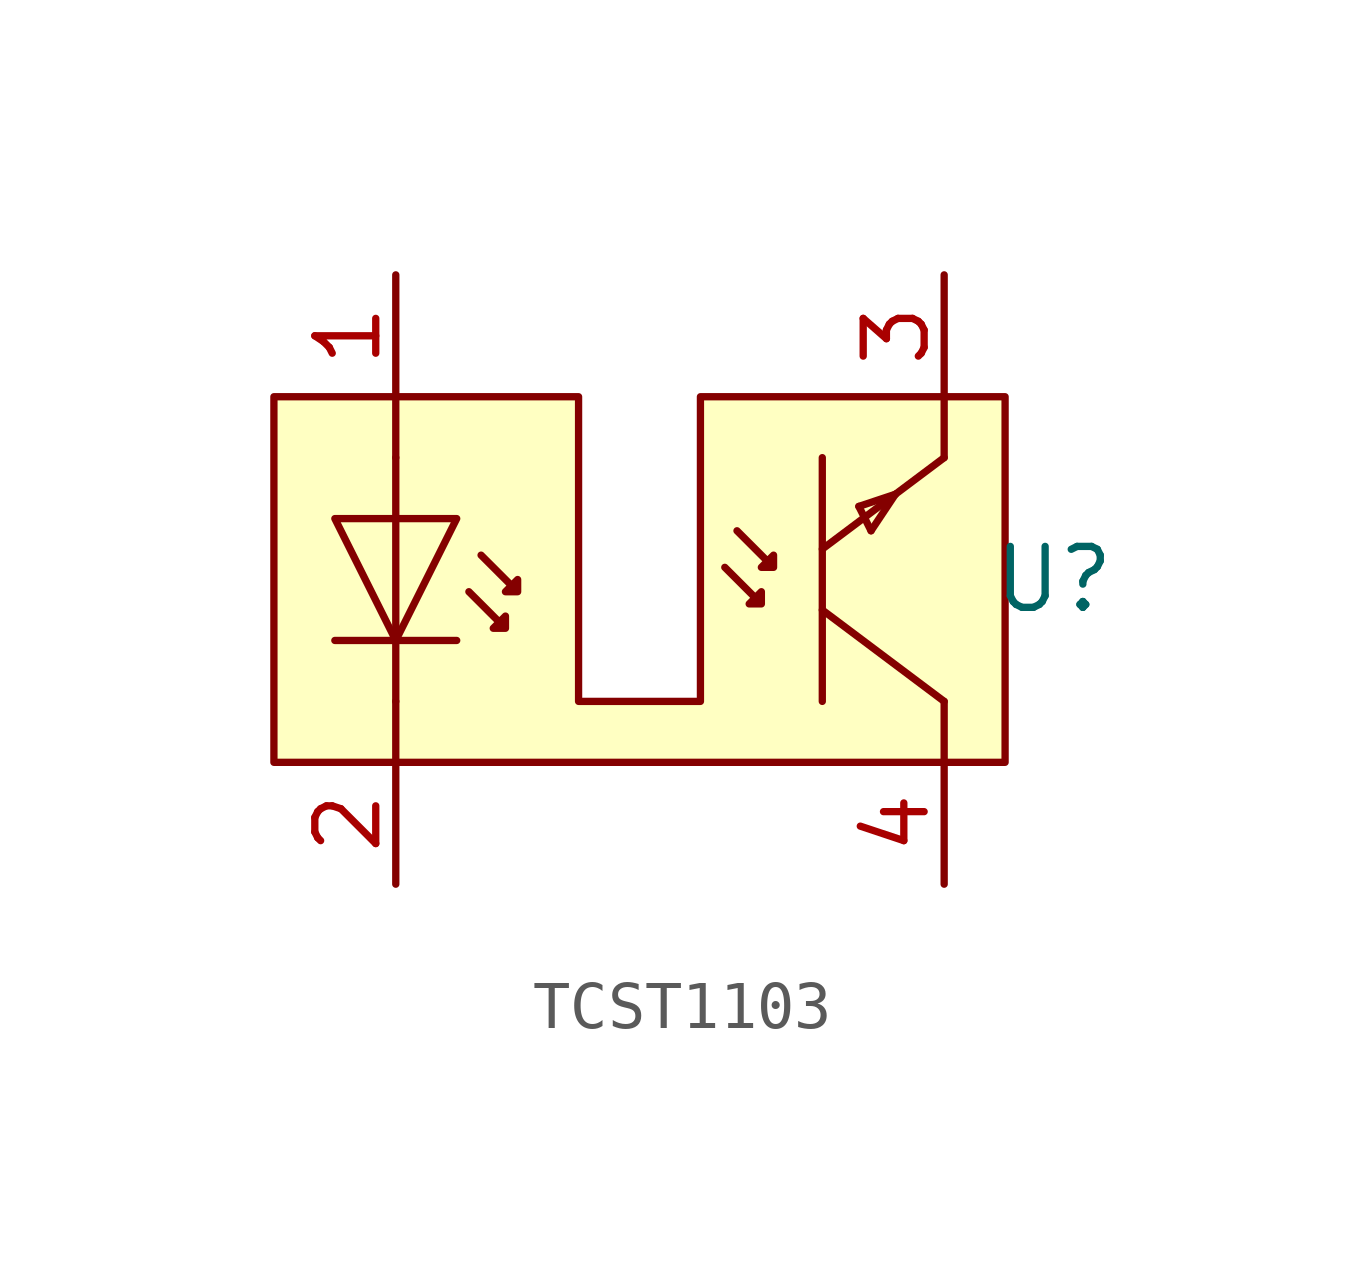
<source format=kicad_sym>
(kicad_symbol_lib
  (version 20241209)
  (generator "kicad_symbol_editor")
  (generator_version "9.0")
  (symbol "TCST1103"
    (property "Reference" "U"
      (at 8.636 0 0)
      (effects (font (size 1.27 1.27))))
    (property "Value" ""
      (at 0 0 0)
      (effects (font (size 1.27 1.27))))
    (symbol "TCST1103_0_1"
      (polyline (pts (xy -5.08 2.54) (xy -5.08 -2.54)) (stroke (width 0) (type default)) (fill (type none)))
      (polyline (pts (xy -5.08 -1.27) (xy -3.81 -1.27)) (stroke (width 0) (type default)) (fill (type none)))
      (polyline (pts (xy -5.08 -1.27) (xy -3.81 1.27) (xy -6.35 1.27) (xy -5.08 -1.27) (xy -6.35 -1.27)) (stroke (width 0) (type default)) (fill (type none)))
      (polyline (pts (xy -3.556 -0.254) (xy -2.794 -1.016) (xy -2.794 -0.762) (xy -3.048 -1.016) (xy -2.794 -1.016)) (stroke (width 0) (type default)) (fill (type none)))
      (polyline (pts (xy -3.302 0.508) (xy -2.54 -0.254) (xy -2.54 0) (xy -2.794 -0.254) (xy -2.54 -0.254)) (stroke (width 0) (type default)) (fill (type none)))
      (polyline (pts (xy 1.778 0.254) (xy 2.54 -0.508) (xy 2.54 -0.254) (xy 2.286 -0.508) (xy 2.54 -0.508)) (stroke (width 0) (type default)) (fill (type none)))
      (polyline (pts (xy 2.032 1.016) (xy 2.794 0.254) (xy 2.794 0.508) (xy 2.54 0.254) (xy 2.794 0.254)) (stroke (width 0) (type default)) (fill (type none)))
      (polyline (pts (xy 3.81 2.54) (xy 3.81 -2.54)) (stroke (width 0) (type default)) (fill (type none)))
      (polyline (pts (xy 3.81 0.635) (xy 6.35 2.54)) (stroke (width 0) (type default)) (fill (type none)))
      (polyline (pts (xy 3.81 -0.635) (xy 6.35 -2.54)) (stroke (width 0) (type default)) (fill (type none)))
      (polyline (pts (xy 4.826 1.016) (xy 4.572 1.524)) (stroke (width 0) (type default)) (fill (type none)))
      (polyline (pts (xy 5.334 1.778) (xy 4.572 1.524)) (stroke (width 0) (type default)) (fill (type none)))
      (polyline (pts (xy 5.334 1.778) (xy 4.826 1.016)) (stroke (width 0) (type default)) (fill (type none))))
    (symbol "TCST1103_1_1"
      (polyline (pts (xy -7.62 3.81) (xy -1.27 3.81) (xy -1.27 -2.54) (xy 1.27 -2.54) (xy 1.27 3.81) (xy 7.62 3.81) (xy 7.62 -3.81) (xy -7.62 -3.81) (xy -7.62 3.81)) (stroke (width 0) (type solid)) (fill (type background)))
      (polyline (pts (xy -5.08 2.54) (xy -5.08 3.81)) (stroke (width 0) (type default)) (fill (type none)))
      (polyline (pts (xy -5.08 -2.54) (xy -5.08 -3.81)) (stroke (width 0) (type default)) (fill (type none)))
      (polyline (pts (xy 6.35 2.54) (xy 6.35 3.81)) (stroke (width 0) (type default)) (fill (type none)))
      (polyline (pts (xy 6.35 -2.54) (xy 6.35 -3.81)) (stroke (width 0) (type default)) (fill (type none)))
      (pin passive line (at -5.08 6.35 270) (length 2.54) (name "" (effects (font (size 0.508 0.508)))) (number "1" (effects (font (size 1.27 1.27)))))
      (pin passive line (at -5.08 -6.35 90) (length 2.54) (name "" (effects (font (size 0.635 0.635)))) (number "2" (effects (font (size 1.27 1.27)))))
      (pin passive line (at 6.35 6.35 270) (length 2.54) (name "" (effects (font (size 0.635 0.635)))) (number "3" (effects (font (size 1.27 1.27)))))
      (pin passive line (at 6.35 -6.35 90) (length 2.54) (name "" (effects (font (size 0.635 0.635)))) (number "4" (effects (font (size 1.27 1.27))))))))
</source>
